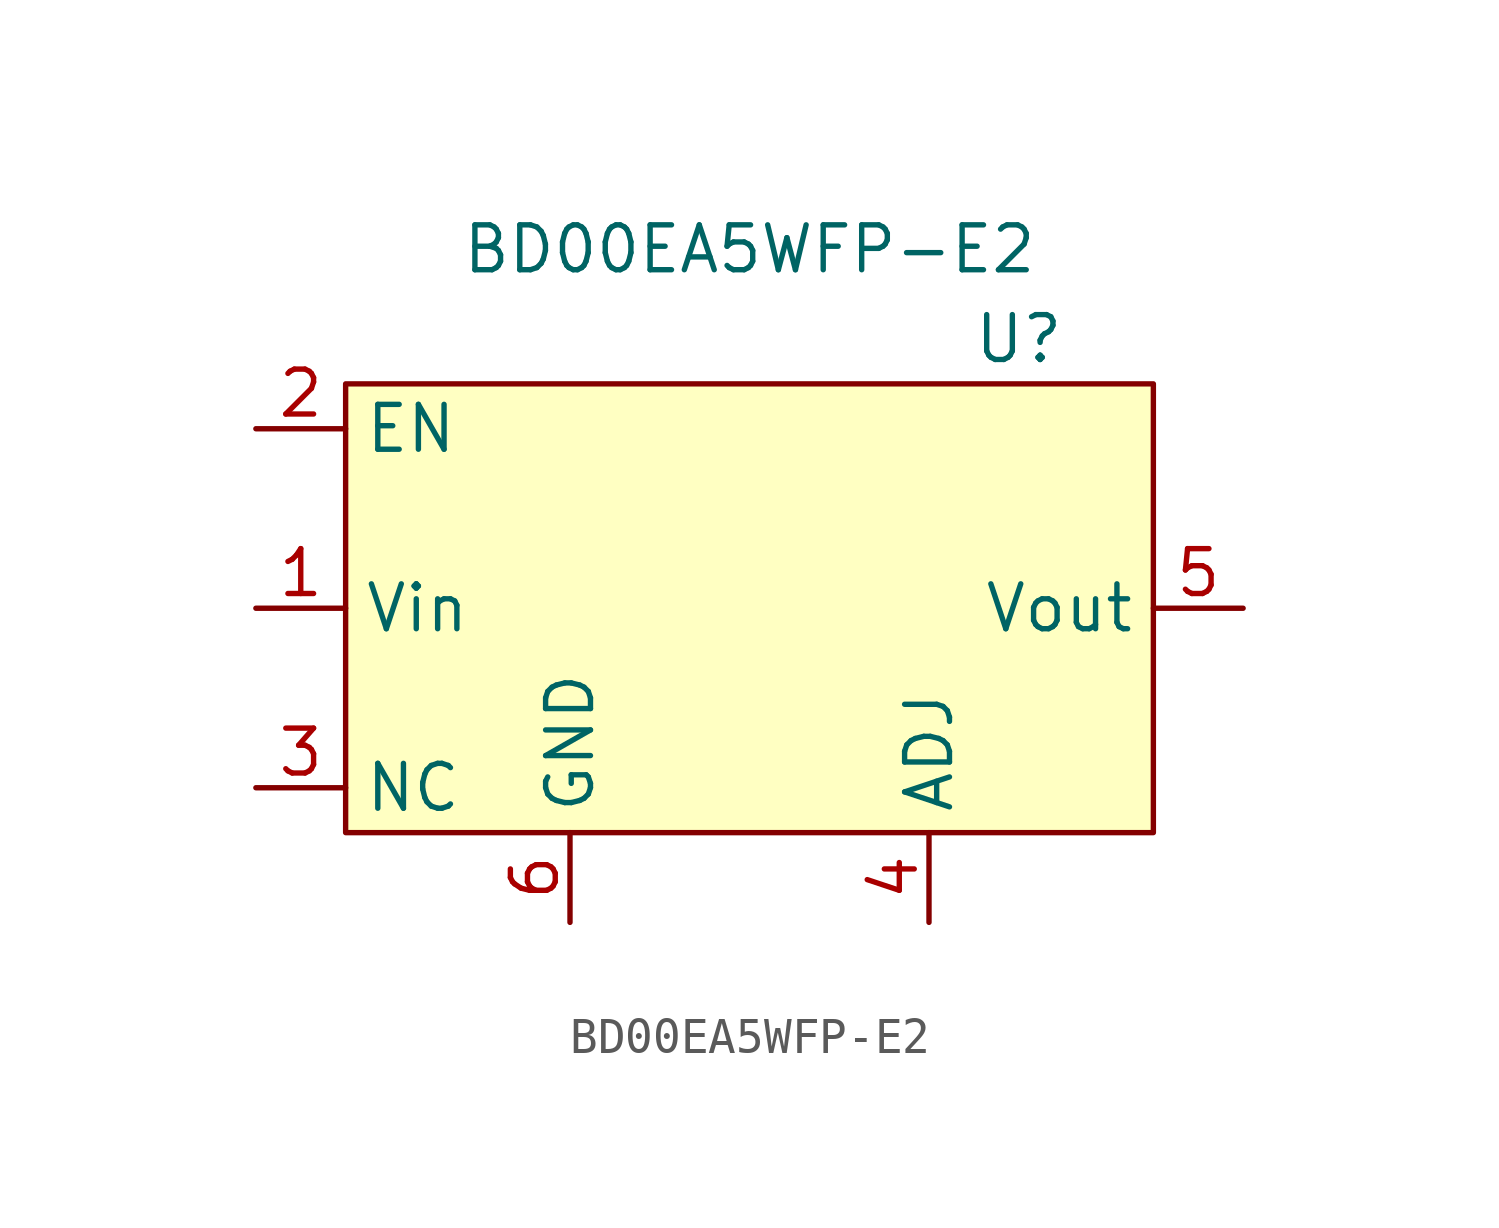
<source format=kicad_sym>
(kicad_symbol_lib
  (version 20211014)
  (generator kicad_symbol_editor)
  (symbol "BD00EA5WFP-E2"
    (property "Reference" "U"
      (at 7.62 7.62 0)
      (effects (font (size 1.27 1.27))))
    (property "Value" "BD00EA5WFP-E2"
      (at 0 10.16 0)
      (effects (font (size 1.27 1.27))))
    (symbol "BD00EA5WFP-E2_0_1"
      (rectangle (start -11.43 6.35) (end 11.43 -6.35) (stroke (width 0) (type default) (color 0 0 0 0)) (fill (type background))))
    (symbol "BD00EA5WFP-E2_1_1"
      (pin passive line (at -13.97 0 0) (length 2.54) (name "Vin" (effects (font (size 1.27 1.27)))) (number "1" (effects (font (size 1.27 1.27)))))
      (pin passive line (at -13.97 5.08 0) (length 2.54) (name "EN" (effects (font (size 1.27 1.27)))) (number "2" (effects (font (size 1.27 1.27)))))
      (pin passive line (at -13.97 -5.08 0) (length 2.54) (name "NC" (effects (font (size 1.27 1.27)))) (number "3" (effects (font (size 1.27 1.27)))))
      (pin passive line (at 5.08 -8.89 90) (length 2.54) (name "ADJ" (effects (font (size 1.27 1.27)))) (number "4" (effects (font (size 1.27 1.27)))))
      (pin passive line (at 13.97 0 180) (length 2.54) (name "Vout" (effects (font (size 1.27 1.27)))) (number "5" (effects (font (size 1.27 1.27)))))
      (pin passive line (at -5.08 -8.89 90) (length 2.54) (name "GND" (effects (font (size 1.27 1.27)))) (number "6" (effects (font (size 1.27 1.27))))))))
</source>
